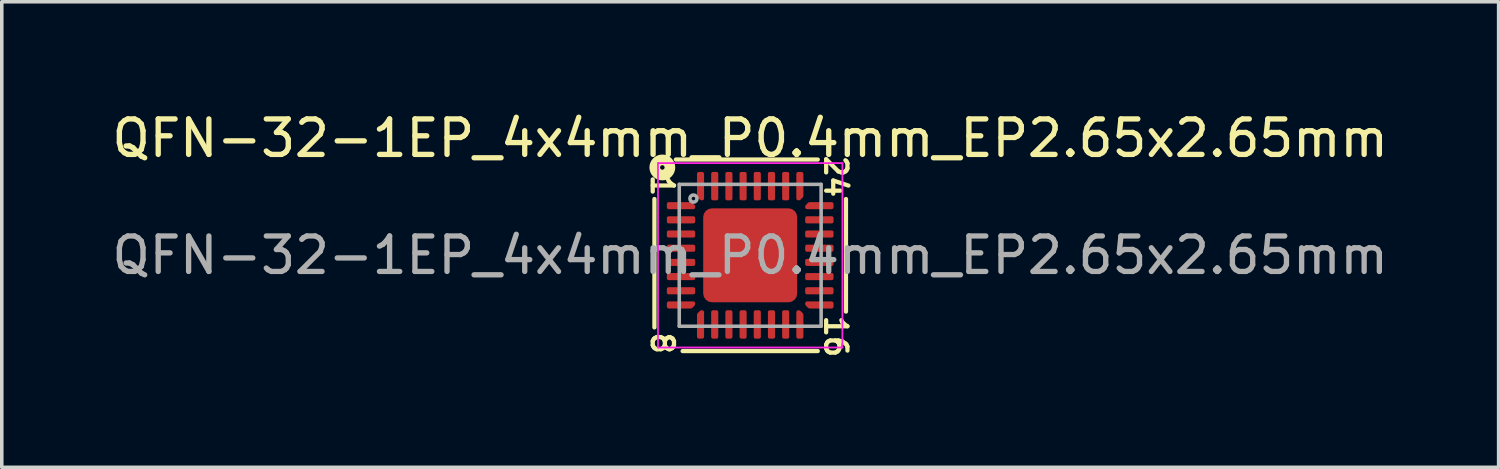
<source format=kicad_pcb>
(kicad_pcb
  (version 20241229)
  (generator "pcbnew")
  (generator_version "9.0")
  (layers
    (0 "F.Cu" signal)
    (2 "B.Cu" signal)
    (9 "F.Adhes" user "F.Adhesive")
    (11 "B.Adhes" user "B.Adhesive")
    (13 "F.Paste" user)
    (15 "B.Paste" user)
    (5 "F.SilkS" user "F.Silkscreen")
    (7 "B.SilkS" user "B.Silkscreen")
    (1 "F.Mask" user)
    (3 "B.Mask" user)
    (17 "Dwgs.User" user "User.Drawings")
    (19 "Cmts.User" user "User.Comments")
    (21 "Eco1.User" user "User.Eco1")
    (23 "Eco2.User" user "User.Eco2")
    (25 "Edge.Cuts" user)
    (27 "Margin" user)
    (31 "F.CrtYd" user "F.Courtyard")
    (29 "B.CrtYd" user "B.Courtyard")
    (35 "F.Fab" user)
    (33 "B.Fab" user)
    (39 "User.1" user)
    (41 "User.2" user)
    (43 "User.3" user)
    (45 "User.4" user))
  (footprint "QFN-32-1EP_4x4mm_P0.4mm_EP2.65x2.65mm"
    (layer "F.Cu")
    (at 18.101 4.148)
    (property "Reference" "QFN-32-1EP_4x4mm_P0.4mm_EP2.65x2.65mm" (at 0 -3.3 0) (layer "F.SilkS") (effects (font (size 1 1) (thickness 0.15))))
    (attr smd)
    (fp_line (start -2.7 -1.587) (end -2.7 2.032) (stroke (width 0.12) (type solid)) (layer "F.SilkS"))
    (fp_line (start -1.905 2.7) (end 1.905 2.7) (stroke (width 0.12) (type solid)) (layer "F.SilkS"))
    (fp_line (start 1.905 -2.7) (end -2.095 -2.7) (stroke (width 0.12) (type solid)) (layer "F.SilkS"))
    (fp_line (start 2.7 1.587) (end 2.7 -1.587) (stroke (width 0.12) (type solid)) (layer "F.SilkS"))
    (fp_circle (center -2.477 -2.477) (end -2.413 -2.477) (stroke (width 0.3) (type solid)) (fill no) (layer "F.SilkS"))
    (fp_line (start -2.6 -2.6) (end -2.6 2.6) (stroke (width 0.05) (type solid)) (layer "F.CrtYd"))
    (fp_line (start -2.6 2.6) (end 2.6 2.6) (stroke (width 0.05) (type solid)) (layer "F.CrtYd"))
    (fp_line (start 2.6 -2.6) (end -2.6 -2.6) (stroke (width 0.05) (type solid)) (layer "F.CrtYd"))
    (fp_line (start 2.6 2.6) (end 2.6 -2.6) (stroke (width 0.05) (type solid)) (layer "F.CrtYd"))
    (fp_line (start -2 -2) (end 2 -2) (stroke (width 0.1) (type solid)) (layer "F.Fab"))
    (fp_line (start -2 2) (end -2 -2) (stroke (width 0.1) (type solid)) (layer "F.Fab"))
    (fp_line (start 2 -2) (end 2 2) (stroke (width 0.1) (type solid)) (layer "F.Fab"))
    (fp_line (start 2 2) (end -2 2) (stroke (width 0.1) (type solid)) (layer "F.Fab"))
    (fp_circle (center -1.6 -1.6) (end -1.5 -1.6) (stroke (width 0.1) (type solid)) (fill no) (layer "F.Fab"))
    (fp_text user "8" (at -2.477 2.477 270) (unlocked yes) (layer "F.SilkS") (effects (font (size 0.6 0.6) (thickness 0.12))))
    (fp_text user "1" (at -2.477 -1.968 270) (unlocked yes) (layer "F.SilkS") (effects (font (size 0.6 0.6) (thickness 0.12))))
    (fp_text user "24" (at 2.413 -2.223 270) (unlocked yes) (layer "F.SilkS") (effects (font (size 0.6 0.6) (thickness 0.12))))
    (fp_text user "16" (at 2.413 2.286 270) (unlocked yes) (layer "F.SilkS") (effects (font (size 0.6 0.6) (thickness 0.12))))
    (fp_text user "${REFERENCE}" (at 0 0 0) (layer "F.Fab") (effects (font (size 1 1) (thickness 0.15))))
    (pad "" smd roundrect (at -0.66 -0.66) (size 1.07 1.07) (layers "F.Paste") (roundrect_rratio 0.234))
    (pad "" smd roundrect (at -0.66 0.66) (size 1.07 1.07) (layers "F.Paste") (roundrect_rratio 0.234))
    (pad "" smd roundrect (at 0.66 -0.66) (size 1.07 1.07) (layers "F.Paste") (roundrect_rratio 0.234))
    (pad "" smd roundrect (at 0.66 0.66) (size 1.07 1.07) (layers "F.Paste") (roundrect_rratio 0.234))
    (pad "1" smd custom (at -1.95 -1.4) (size 0.129 0.129) (layers "F.Cu" "F.Mask" "F.Paste") (options (anchor circle)) (primitives (gr_poly (pts (xy 0.35 0.021) (xy 0.35 0.05) (xy -0.35 0.05) (xy -0.35 -0.05) (xy 0.279 -0.05)) (width 0.1) (fill yes))))
    (pad "2" smd roundrect (at -1.95 -1) (size 0.8 0.2) (layers "F.Cu" "F.Mask" "F.Paste") (roundrect_rratio 0.25))
    (pad "3" smd roundrect (at -1.95 -0.6) (size 0.8 0.2) (layers "F.Cu" "F.Mask" "F.Paste") (roundrect_rratio 0.25))
    (pad "4" smd roundrect (at -1.95 -0.2) (size 0.8 0.2) (layers "F.Cu" "F.Mask" "F.Paste") (roundrect_rratio 0.25))
    (pad "5" smd roundrect (at -1.95 0.2) (size 0.8 0.2) (layers "F.Cu" "F.Mask" "F.Paste") (roundrect_rratio 0.25))
    (pad "6" smd roundrect (at -1.95 0.6) (size 0.8 0.2) (layers "F.Cu" "F.Mask" "F.Paste") (roundrect_rratio 0.25))
    (pad "7" smd roundrect (at -1.95 1) (size 0.8 0.2) (layers "F.Cu" "F.Mask" "F.Paste") (roundrect_rratio 0.25))
    (pad "8" smd custom (at -1.95 1.4) (size 0.129 0.129) (layers "F.Cu" "F.Mask" "F.Paste") (options (anchor circle)) (primitives (gr_poly (pts (xy 0.35 -0.021) (xy 0.279 0.05) (xy -0.35 0.05) (xy -0.35 -0.05) (xy 0.35 -0.05)) (width 0.1) (fill yes))))
    (pad "9" smd custom (at -1.4 1.95) (size 0.129 0.129) (layers "F.Cu" "F.Mask" "F.Paste") (options (anchor circle)) (primitives (gr_poly (pts (xy 0.05 0.35) (xy -0.05 0.35) (xy -0.05 -0.279) (xy 0.021 -0.35) (xy 0.05 -0.35)) (width 0.1) (fill yes))))
    (pad "10" smd roundrect (at -1 1.95) (size 0.2 0.8) (layers "F.Cu" "F.Mask" "F.Paste") (roundrect_rratio 0.25))
    (pad "11" smd roundrect (at -0.6 1.95) (size 0.2 0.8) (layers "F.Cu" "F.Mask" "F.Paste") (roundrect_rratio 0.25))
    (pad "12" smd roundrect (at -0.2 1.95) (size 0.2 0.8) (layers "F.Cu" "F.Mask" "F.Paste") (roundrect_rratio 0.25))
    (pad "13" smd roundrect (at 0.2 1.95) (size 0.2 0.8) (layers "F.Cu" "F.Mask" "F.Paste") (roundrect_rratio 0.25))
    (pad "14" smd roundrect (at 0.6 1.95) (size 0.2 0.8) (layers "F.Cu" "F.Mask" "F.Paste") (roundrect_rratio 0.25))
    (pad "15" smd roundrect (at 1 1.95) (size 0.2 0.8) (layers "F.Cu" "F.Mask" "F.Paste") (roundrect_rratio 0.25))
    (pad "16" smd custom (at 1.4 1.95) (size 0.129 0.129) (layers "F.Cu" "F.Mask" "F.Paste") (options (anchor circle)) (primitives (gr_poly (pts (xy 0.05 -0.279) (xy 0.05 0.35) (xy -0.05 0.35) (xy -0.05 -0.35) (xy -0.021 -0.35)) (width 0.1) (fill yes))))
    (pad "17" smd custom (at 1.95 1.4) (size 0.129 0.129) (layers "F.Cu" "F.Mask" "F.Paste") (options (anchor circle)) (primitives (gr_poly (pts (xy 0.35 0.05) (xy -0.279 0.05) (xy -0.35 -0.021) (xy -0.35 -0.05) (xy 0.35 -0.05)) (width 0.1) (fill yes))))
    (pad "18" smd roundrect (at 1.95 1) (size 0.8 0.2) (layers "F.Cu" "F.Mask" "F.Paste") (roundrect_rratio 0.25))
    (pad "19" smd roundrect (at 1.95 0.6) (size 0.8 0.2) (layers "F.Cu" "F.Mask" "F.Paste") (roundrect_rratio 0.25))
    (pad "20" smd roundrect (at 1.95 0.2) (size 0.8 0.2) (layers "F.Cu" "F.Mask" "F.Paste") (roundrect_rratio 0.25))
    (pad "21" smd roundrect (at 1.95 -0.2) (size 0.8 0.2) (layers "F.Cu" "F.Mask" "F.Paste") (roundrect_rratio 0.25))
    (pad "22" smd roundrect (at 1.95 -0.6) (size 0.8 0.2) (layers "F.Cu" "F.Mask" "F.Paste") (roundrect_rratio 0.25))
    (pad "23" smd roundrect (at 1.95 -1) (size 0.8 0.2) (layers "F.Cu" "F.Mask" "F.Paste") (roundrect_rratio 0.25))
    (pad "24" smd custom (at 1.95 -1.4) (size 0.129 0.129) (layers "F.Cu" "F.Mask" "F.Paste") (options (anchor circle)) (primitives (gr_poly (pts (xy 0.35 0.05) (xy -0.35 0.05) (xy -0.35 0.021) (xy -0.279 -0.05) (xy 0.35 -0.05)) (width 0.1) (fill yes))))
    (pad "25" smd custom (at 1.4 -1.95) (size 0.129 0.129) (layers "F.Cu" "F.Mask" "F.Paste") (options (anchor circle)) (primitives (gr_poly (pts (xy 0.05 0.279) (xy -0.021 0.35) (xy -0.05 0.35) (xy -0.05 -0.35) (xy 0.05 -0.35)) (width 0.1) (fill yes))))
    (pad "26" smd roundrect (at 1 -1.95) (size 0.2 0.8) (layers "F.Cu" "F.Mask" "F.Paste") (roundrect_rratio 0.25))
    (pad "27" smd roundrect (at 0.6 -1.95) (size 0.2 0.8) (layers "F.Cu" "F.Mask" "F.Paste") (roundrect_rratio 0.25))
    (pad "28" smd roundrect (at 0.2 -1.95) (size 0.2 0.8) (layers "F.Cu" "F.Mask" "F.Paste") (roundrect_rratio 0.25))
    (pad "29" smd roundrect (at -0.2 -1.95) (size 0.2 0.8) (layers "F.Cu" "F.Mask" "F.Paste") (roundrect_rratio 0.25))
    (pad "30" smd roundrect (at -0.6 -1.95) (size 0.2 0.8) (layers "F.Cu" "F.Mask" "F.Paste") (roundrect_rratio 0.25))
    (pad "31" smd roundrect (at -1 -1.95) (size 0.2 0.8) (layers "F.Cu" "F.Mask" "F.Paste") (roundrect_rratio 0.25))
    (pad "32" smd custom (at -1.4 -1.95) (size 0.129 0.129) (layers "F.Cu" "F.Mask" "F.Paste") (options (anchor circle)) (primitives (gr_poly (pts (xy 0.05 0.35) (xy 0.021 0.35) (xy -0.05 0.279) (xy -0.05 -0.35) (xy 0.05 -0.35)) (width 0.1) (fill yes))))
    (pad "33" smd roundrect (at 0 0) (size 2.65 2.65) (layers "F.Cu" "F.Mask") (roundrect_rratio 0.094)))
  (gr_rect
    (start -3 -3)
    (end 39.202 10.126)
    (stroke (width 0.1) (type default))
    (fill no)
    (layer "Edge.Cuts")))
</source>
